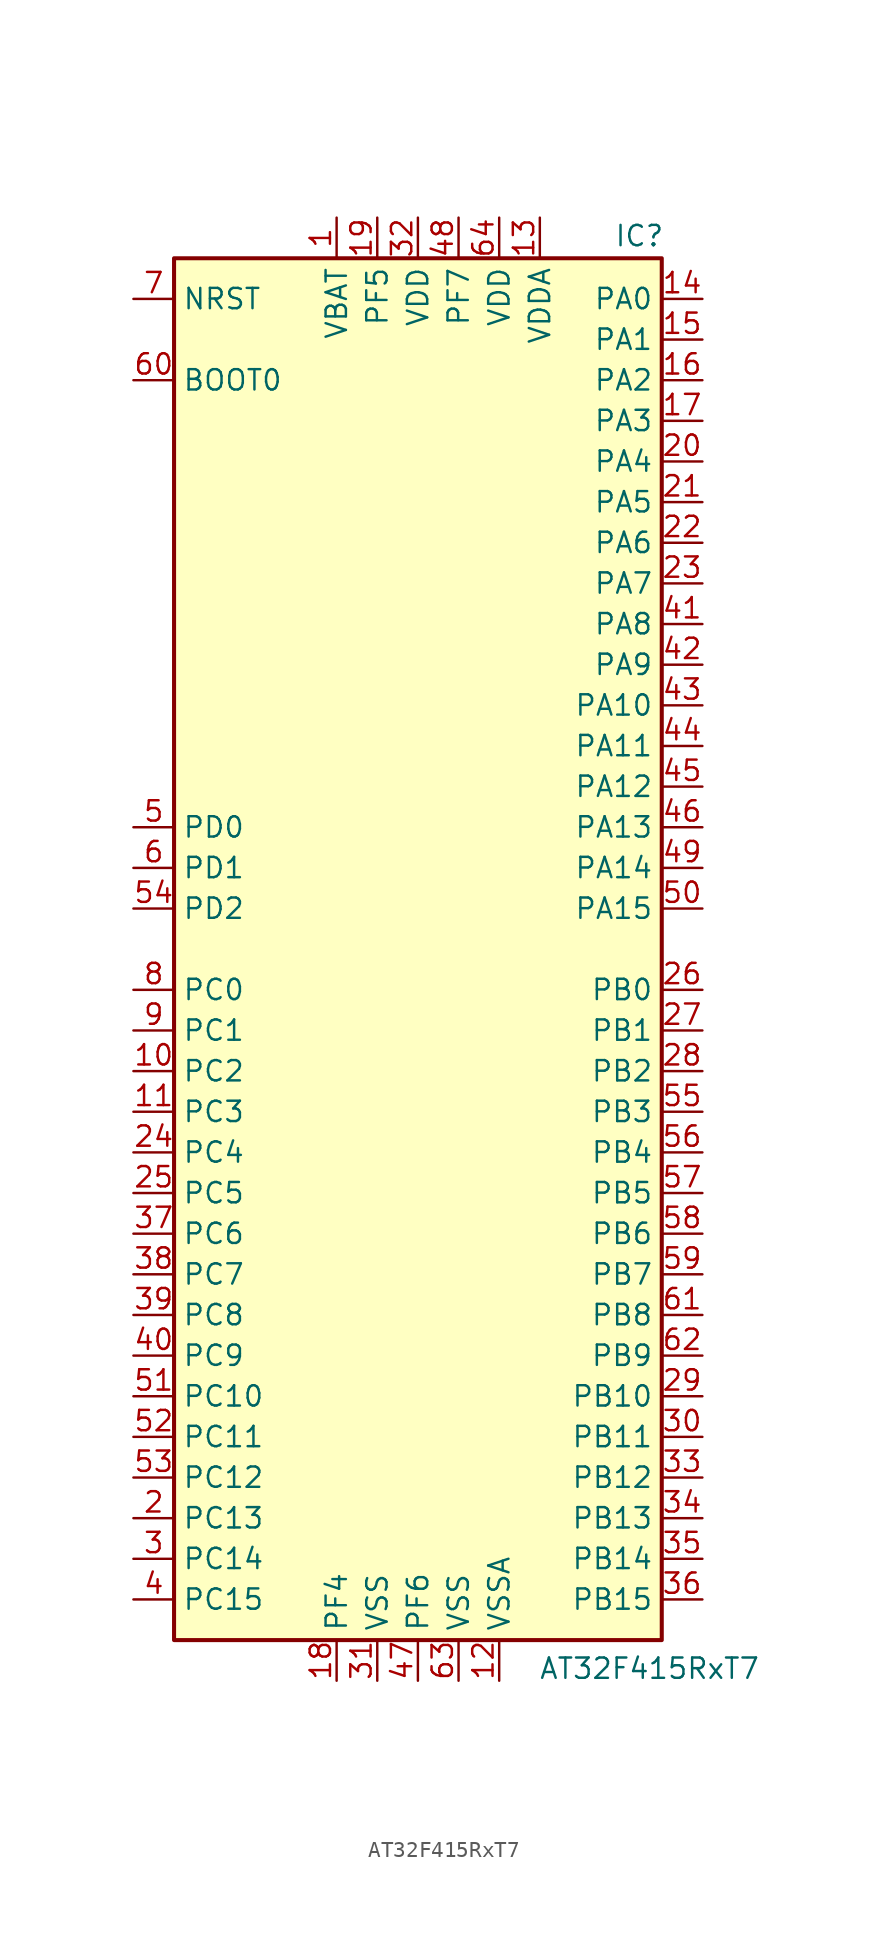
<source format=kicad_sym>
(kicad_symbol_lib
  (version 20231120)
  (generator "kicad_symbol_editor")
  (generator_version "8.0")
  (symbol "AT32F415RxT7"
    (property "Reference" "IC"
      (at 13.843 44.577 0)
      (effects (font (size 1.27 1.27))))
    (property "Value" "AT32F415RxT7"
      (at 14.478 -44.958 0)
      (effects (font (size 1.27 1.27))))
    (symbol "AT32F415RxT7_0_1"
      (rectangle (start -15.24 -43.18) (end 15.24 43.18) (stroke (width 0.254) (type default)) (fill (type background))))
    (symbol "AT32F415RxT7_1_1"
      (pin power_in line (at -5.08 45.72 270) (length 2.54) (name "VBAT" (effects (font (size 1.27 1.27)))) (number "1" (effects (font (size 1.27 1.27)))))
      (pin bidirectional line (at -17.78 -7.62 0) (length 2.54) (name "PC2" (effects (font (size 1.27 1.27)))) (number "10" (effects (font (size 1.27 1.27)))))
      (pin bidirectional line (at -17.78 -10.16 0) (length 2.54) (name "PC3" (effects (font (size 1.27 1.27)))) (number "11" (effects (font (size 1.27 1.27)))))
      (pin power_in line (at 5.08 -45.72 90) (length 2.54) (name "VSSA" (effects (font (size 1.27 1.27)))) (number "12" (effects (font (size 1.27 1.27)))))
      (pin power_in line (at 7.62 45.72 270) (length 2.54) (name "VDDA" (effects (font (size 1.27 1.27)))) (number "13" (effects (font (size 1.27 1.27)))))
      (pin bidirectional line (at 17.78 40.64 180) (length 2.54) (name "PA0" (effects (font (size 1.27 1.27)))) (number "14" (effects (font (size 1.27 1.27)))))
      (pin bidirectional line (at 17.78 38.1 180) (length 2.54) (name "PA1" (effects (font (size 1.27 1.27)))) (number "15" (effects (font (size 1.27 1.27)))))
      (pin bidirectional line (at 17.78 35.56 180) (length 2.54) (name "PA2" (effects (font (size 1.27 1.27)))) (number "16" (effects (font (size 1.27 1.27)))))
      (pin bidirectional line (at 17.78 33.02 180) (length 2.54) (name "PA3" (effects (font (size 1.27 1.27)))) (number "17" (effects (font (size 1.27 1.27)))))
      (pin bidirectional line (at -5.08 -45.72 90) (length 2.54) (name "PF4" (effects (font (size 1.27 1.27)))) (number "18" (effects (font (size 1.27 1.27)))))
      (pin bidirectional line (at -2.54 45.72 270) (length 2.54) (name "PF5" (effects (font (size 1.27 1.27)))) (number "19" (effects (font (size 1.27 1.27)))))
      (pin bidirectional line (at -17.78 -35.56 0) (length 2.54) (name "PC13" (effects (font (size 1.27 1.27)))) (number "2" (effects (font (size 1.27 1.27)))))
      (pin bidirectional line (at 17.78 30.48 180) (length 2.54) (name "PA4" (effects (font (size 1.27 1.27)))) (number "20" (effects (font (size 1.27 1.27)))))
      (pin bidirectional line (at 17.78 27.94 180) (length 2.54) (name "PA5" (effects (font (size 1.27 1.27)))) (number "21" (effects (font (size 1.27 1.27)))))
      (pin bidirectional line (at 17.78 25.4 180) (length 2.54) (name "PA6" (effects (font (size 1.27 1.27)))) (number "22" (effects (font (size 1.27 1.27)))))
      (pin bidirectional line (at 17.78 22.86 180) (length 2.54) (name "PA7" (effects (font (size 1.27 1.27)))) (number "23" (effects (font (size 1.27 1.27)))))
      (pin bidirectional line (at -17.78 -12.7 0) (length 2.54) (name "PC4" (effects (font (size 1.27 1.27)))) (number "24" (effects (font (size 1.27 1.27)))))
      (pin bidirectional line (at -17.78 -15.24 0) (length 2.54) (name "PC5" (effects (font (size 1.27 1.27)))) (number "25" (effects (font (size 1.27 1.27)))))
      (pin bidirectional line (at 17.78 -2.54 180) (length 2.54) (name "PB0" (effects (font (size 1.27 1.27)))) (number "26" (effects (font (size 1.27 1.27)))))
      (pin bidirectional line (at 17.78 -5.08 180) (length 2.54) (name "PB1" (effects (font (size 1.27 1.27)))) (number "27" (effects (font (size 1.27 1.27)))))
      (pin bidirectional line (at 17.78 -7.62 180) (length 2.54) (name "PB2" (effects (font (size 1.27 1.27)))) (number "28" (effects (font (size 1.27 1.27)))))
      (pin bidirectional line (at 17.78 -27.94 180) (length 2.54) (name "PB10" (effects (font (size 1.27 1.27)))) (number "29" (effects (font (size 1.27 1.27)))))
      (pin bidirectional line (at -17.78 -38.1 0) (length 2.54) (name "PC14" (effects (font (size 1.27 1.27)))) (number "3" (effects (font (size 1.27 1.27)))))
      (pin bidirectional line (at 17.78 -30.48 180) (length 2.54) (name "PB11" (effects (font (size 1.27 1.27)))) (number "30" (effects (font (size 1.27 1.27)))))
      (pin power_in line (at -2.54 -45.72 90) (length 2.54) (name "VSS" (effects (font (size 1.27 1.27)))) (number "31" (effects (font (size 1.27 1.27)))))
      (pin power_in line (at 0 45.72 270) (length 2.54) (name "VDD" (effects (font (size 1.27 1.27)))) (number "32" (effects (font (size 1.27 1.27)))))
      (pin bidirectional line (at 17.78 -33.02 180) (length 2.54) (name "PB12" (effects (font (size 1.27 1.27)))) (number "33" (effects (font (size 1.27 1.27)))))
      (pin bidirectional line (at 17.78 -35.56 180) (length 2.54) (name "PB13" (effects (font (size 1.27 1.27)))) (number "34" (effects (font (size 1.27 1.27)))))
      (pin bidirectional line (at 17.78 -38.1 180) (length 2.54) (name "PB14" (effects (font (size 1.27 1.27)))) (number "35" (effects (font (size 1.27 1.27)))))
      (pin bidirectional line (at 17.78 -40.64 180) (length 2.54) (name "PB15" (effects (font (size 1.27 1.27)))) (number "36" (effects (font (size 1.27 1.27)))))
      (pin bidirectional line (at -17.78 -17.78 0) (length 2.54) (name "PC6" (effects (font (size 1.27 1.27)))) (number "37" (effects (font (size 1.27 1.27)))))
      (pin bidirectional line (at -17.78 -20.32 0) (length 2.54) (name "PC7" (effects (font (size 1.27 1.27)))) (number "38" (effects (font (size 1.27 1.27)))))
      (pin bidirectional line (at -17.78 -22.86 0) (length 2.54) (name "PC8" (effects (font (size 1.27 1.27)))) (number "39" (effects (font (size 1.27 1.27)))))
      (pin bidirectional line (at -17.78 -40.64 0) (length 2.54) (name "PC15" (effects (font (size 1.27 1.27)))) (number "4" (effects (font (size 1.27 1.27)))))
      (pin bidirectional line (at -17.78 -25.4 0) (length 2.54) (name "PC9" (effects (font (size 1.27 1.27)))) (number "40" (effects (font (size 1.27 1.27)))))
      (pin bidirectional line (at 17.78 20.32 180) (length 2.54) (name "PA8" (effects (font (size 1.27 1.27)))) (number "41" (effects (font (size 1.27 1.27)))))
      (pin bidirectional line (at 17.78 17.78 180) (length 2.54) (name "PA9" (effects (font (size 1.27 1.27)))) (number "42" (effects (font (size 1.27 1.27)))))
      (pin bidirectional line (at 17.78 15.24 180) (length 2.54) (name "PA10" (effects (font (size 1.27 1.27)))) (number "43" (effects (font (size 1.27 1.27)))))
      (pin bidirectional line (at 17.78 12.7 180) (length 2.54) (name "PA11" (effects (font (size 1.27 1.27)))) (number "44" (effects (font (size 1.27 1.27)))))
      (pin bidirectional line (at 17.78 10.16 180) (length 2.54) (name "PA12" (effects (font (size 1.27 1.27)))) (number "45" (effects (font (size 1.27 1.27)))))
      (pin bidirectional line (at 17.78 7.62 180) (length 2.54) (name "PA13" (effects (font (size 1.27 1.27)))) (number "46" (effects (font (size 1.27 1.27)))))
      (pin bidirectional line (at 0 -45.72 90) (length 2.54) (name "PF6" (effects (font (size 1.27 1.27)))) (number "47" (effects (font (size 1.27 1.27)))))
      (pin bidirectional line (at 2.54 45.72 270) (length 2.54) (name "PF7" (effects (font (size 1.27 1.27)))) (number "48" (effects (font (size 1.27 1.27)))))
      (pin bidirectional line (at 17.78 5.08 180) (length 2.54) (name "PA14" (effects (font (size 1.27 1.27)))) (number "49" (effects (font (size 1.27 1.27)))))
      (pin input line (at -17.78 7.62 0) (length 2.54) (name "PD0" (effects (font (size 1.27 1.27)))) (number "5" (effects (font (size 1.27 1.27)))))
      (pin bidirectional line (at 17.78 2.54 180) (length 2.54) (name "PA15" (effects (font (size 1.27 1.27)))) (number "50" (effects (font (size 1.27 1.27)))))
      (pin bidirectional line (at -17.78 -27.94 0) (length 2.54) (name "PC10" (effects (font (size 1.27 1.27)))) (number "51" (effects (font (size 1.27 1.27)))))
      (pin bidirectional line (at -17.78 -30.48 0) (length 2.54) (name "PC11" (effects (font (size 1.27 1.27)))) (number "52" (effects (font (size 1.27 1.27)))))
      (pin bidirectional line (at -17.78 -33.02 0) (length 2.54) (name "PC12" (effects (font (size 1.27 1.27)))) (number "53" (effects (font (size 1.27 1.27)))))
      (pin bidirectional line (at -17.78 2.54 0) (length 2.54) (name "PD2" (effects (font (size 1.27 1.27)))) (number "54" (effects (font (size 1.27 1.27)))))
      (pin bidirectional line (at 17.78 -10.16 180) (length 2.54) (name "PB3" (effects (font (size 1.27 1.27)))) (number "55" (effects (font (size 1.27 1.27)))))
      (pin bidirectional line (at 17.78 -12.7 180) (length 2.54) (name "PB4" (effects (font (size 1.27 1.27)))) (number "56" (effects (font (size 1.27 1.27)))))
      (pin bidirectional line (at 17.78 -15.24 180) (length 2.54) (name "PB5" (effects (font (size 1.27 1.27)))) (number "57" (effects (font (size 1.27 1.27)))))
      (pin bidirectional line (at 17.78 -17.78 180) (length 2.54) (name "PB6" (effects (font (size 1.27 1.27)))) (number "58" (effects (font (size 1.27 1.27)))))
      (pin bidirectional line (at 17.78 -20.32 180) (length 2.54) (name "PB7" (effects (font (size 1.27 1.27)))) (number "59" (effects (font (size 1.27 1.27)))))
      (pin input line (at -17.78 5.08 0) (length 2.54) (name "PD1" (effects (font (size 1.27 1.27)))) (number "6" (effects (font (size 1.27 1.27)))))
      (pin input line (at -17.78 35.56 0) (length 2.54) (name "BOOT0" (effects (font (size 1.27 1.27)))) (number "60" (effects (font (size 1.27 1.27)))))
      (pin bidirectional line (at 17.78 -22.86 180) (length 2.54) (name "PB8" (effects (font (size 1.27 1.27)))) (number "61" (effects (font (size 1.27 1.27)))))
      (pin bidirectional line (at 17.78 -25.4 180) (length 2.54) (name "PB9" (effects (font (size 1.27 1.27)))) (number "62" (effects (font (size 1.27 1.27)))))
      (pin power_in line (at 2.54 -45.72 90) (length 2.54) (name "VSS" (effects (font (size 1.27 1.27)))) (number "63" (effects (font (size 1.27 1.27)))))
      (pin power_in line (at 5.08 45.72 270) (length 2.54) (name "VDD" (effects (font (size 1.27 1.27)))) (number "64" (effects (font (size 1.27 1.27)))))
      (pin input line (at -17.78 40.64 0) (length 2.54) (name "NRST" (effects (font (size 1.27 1.27)))) (number "7" (effects (font (size 1.27 1.27)))))
      (pin bidirectional line (at -17.78 -2.54 0) (length 2.54) (name "PC0" (effects (font (size 1.27 1.27)))) (number "8" (effects (font (size 1.27 1.27)))))
      (pin bidirectional line (at -17.78 -5.08 0) (length 2.54) (name "PC1" (effects (font (size 1.27 1.27)))) (number "9" (effects (font (size 1.27 1.27))))))))
</source>
